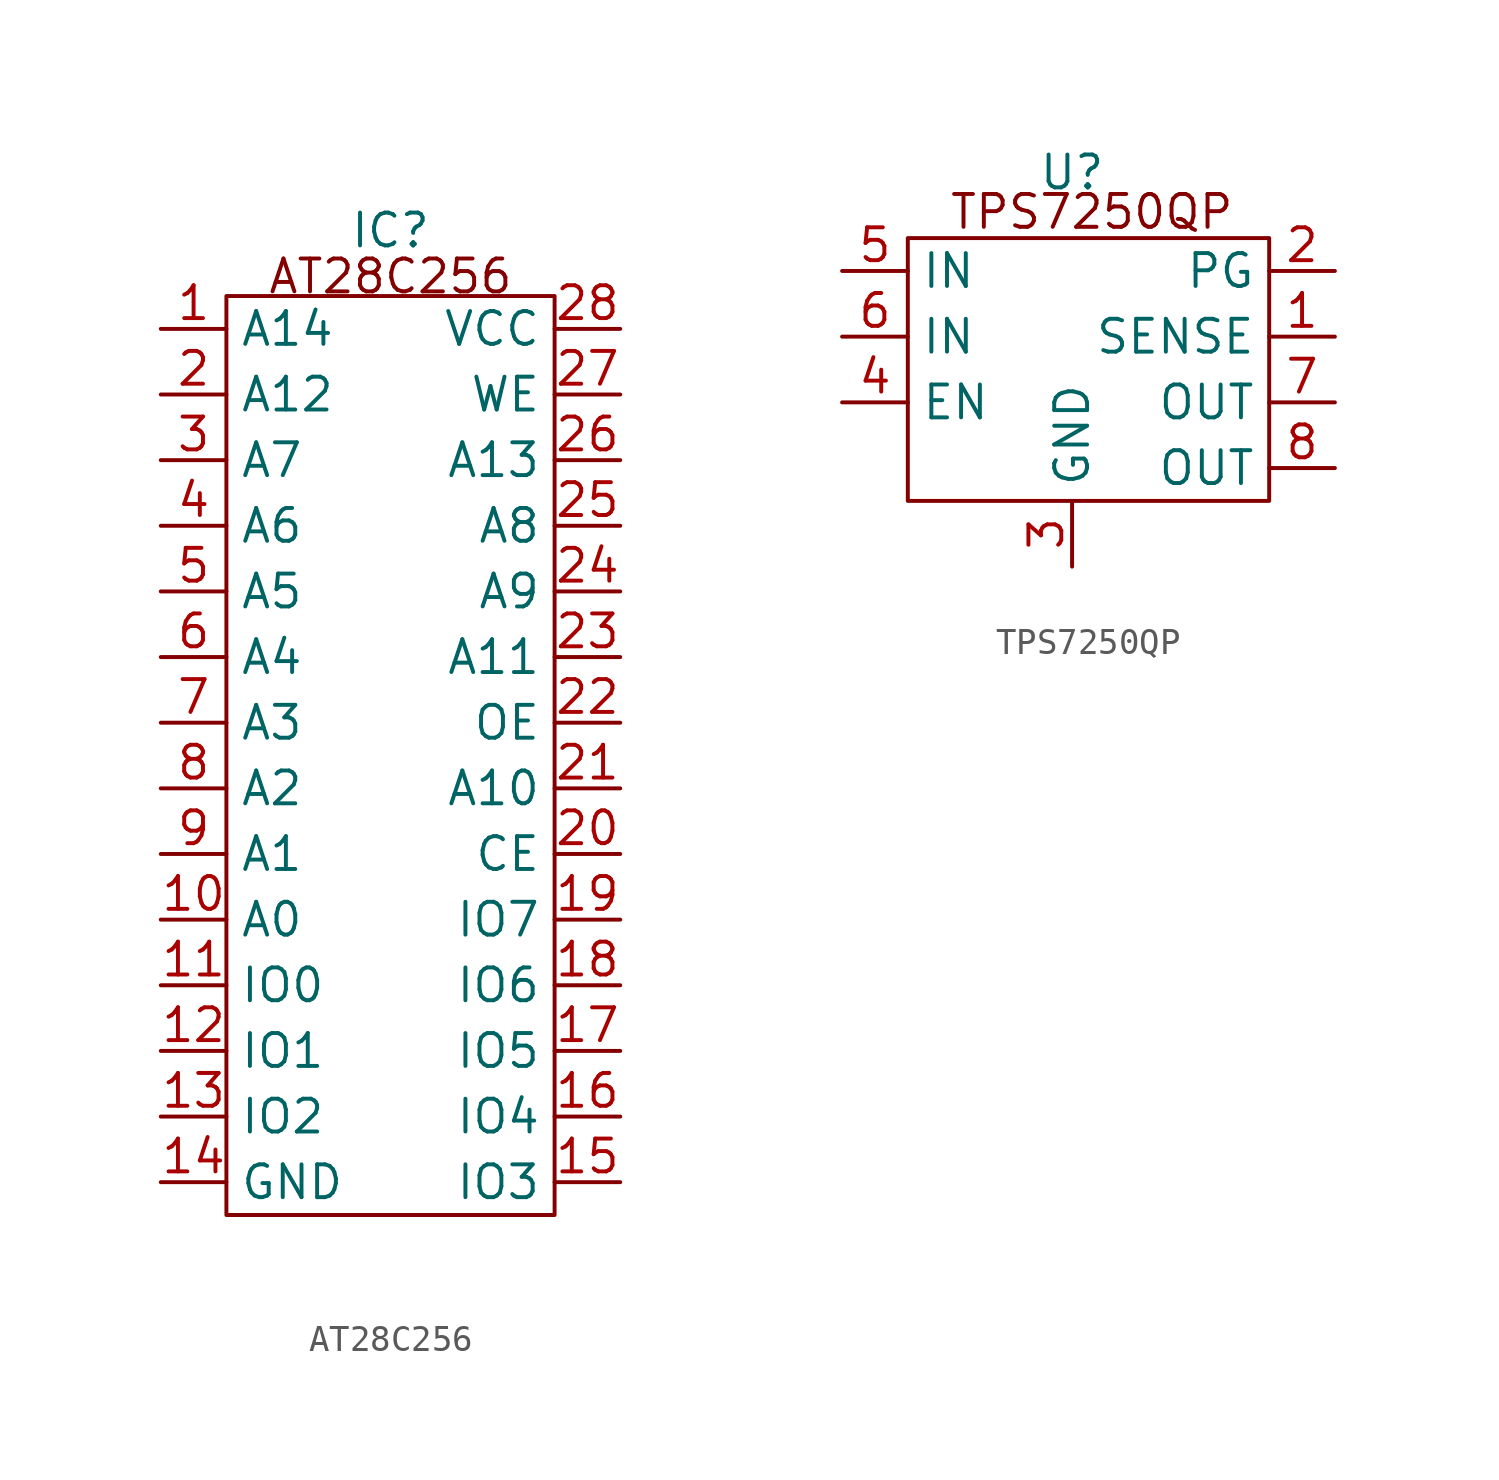
<source format=kicad_sym>
(kicad_symbol_lib
  (version 20241209)
  (generator "kicad_symbol_editor")
  (generator_version "9.0")
  (symbol "AT28C256"
    (property "Reference" "IC"
      (at 0 0 0)
      (effects (font (size 1.27 1.27))))
    (property "Value" ""
      (at 0 0 0)
      (effects (font (size 1.27 1.27))))
    (symbol "AT28C256_0_0"
      (pin unspecified line (at -8.89 -3.81 0) (length 2.54) (name "A14" (effects (font (size 1.27 1.27)))) (number "1" (effects (font (size 1.27 1.27)))))
      (pin unspecified line (at -8.89 -6.35 0) (length 2.54) (name "A12" (effects (font (size 1.27 1.27)))) (number "2" (effects (font (size 1.27 1.27)))))
      (pin unspecified line (at -8.89 -8.89 0) (length 2.54) (name "A7" (effects (font (size 1.27 1.27)))) (number "3" (effects (font (size 1.27 1.27)))))
      (pin unspecified line (at -8.89 -11.43 0) (length 2.54) (name "A6" (effects (font (size 1.27 1.27)))) (number "4" (effects (font (size 1.27 1.27)))))
      (pin unspecified line (at -8.89 -13.97 0) (length 2.54) (name "A5" (effects (font (size 1.27 1.27)))) (number "5" (effects (font (size 1.27 1.27)))))
      (pin unspecified line (at -8.89 -16.51 0) (length 2.54) (name "A4" (effects (font (size 1.27 1.27)))) (number "6" (effects (font (size 1.27 1.27)))))
      (pin unspecified line (at -8.89 -19.05 0) (length 2.54) (name "A3" (effects (font (size 1.27 1.27)))) (number "7" (effects (font (size 1.27 1.27)))))
      (pin unspecified line (at -8.89 -21.59 0) (length 2.54) (name "A2" (effects (font (size 1.27 1.27)))) (number "8" (effects (font (size 1.27 1.27)))))
      (pin unspecified line (at -8.89 -24.13 0) (length 2.54) (name "A1" (effects (font (size 1.27 1.27)))) (number "9" (effects (font (size 1.27 1.27)))))
      (pin unspecified line (at -8.89 -26.67 0) (length 2.54) (name "A0" (effects (font (size 1.27 1.27)))) (number "10" (effects (font (size 1.27 1.27)))))
      (pin unspecified line (at -8.89 -29.21 0) (length 2.54) (name "IO0" (effects (font (size 1.27 1.27)))) (number "11" (effects (font (size 1.27 1.27)))))
      (pin unspecified line (at -8.89 -31.75 0) (length 2.54) (name "IO1" (effects (font (size 1.27 1.27)))) (number "12" (effects (font (size 1.27 1.27)))))
      (pin unspecified line (at -8.89 -34.29 0) (length 2.54) (name "IO2" (effects (font (size 1.27 1.27)))) (number "13" (effects (font (size 1.27 1.27)))))
      (pin unspecified line (at -8.89 -36.83 0) (length 2.54) (name "GND" (effects (font (size 1.27 1.27)))) (number "14" (effects (font (size 1.27 1.27)))))
      (pin unspecified line (at 8.89 -3.81 180) (length 2.54) (name "VCC" (effects (font (size 1.27 1.27)))) (number "28" (effects (font (size 1.27 1.27)))))
      (pin unspecified line (at 8.89 -6.35 180) (length 2.54) (name "WE" (effects (font (size 1.27 1.27)))) (number "27" (effects (font (size 1.27 1.27)))))
      (pin unspecified line (at 8.89 -8.89 180) (length 2.54) (name "A13" (effects (font (size 1.27 1.27)))) (number "26" (effects (font (size 1.27 1.27)))))
      (pin unspecified line (at 8.89 -11.43 180) (length 2.54) (name "A8" (effects (font (size 1.27 1.27)))) (number "25" (effects (font (size 1.27 1.27)))))
      (pin unspecified line (at 8.89 -13.97 180) (length 2.54) (name "A9" (effects (font (size 1.27 1.27)))) (number "24" (effects (font (size 1.27 1.27)))))
      (pin unspecified line (at 8.89 -16.51 180) (length 2.54) (name "A11" (effects (font (size 1.27 1.27)))) (number "23" (effects (font (size 1.27 1.27)))))
      (pin unspecified line (at 8.89 -19.05 180) (length 2.54) (name "OE" (effects (font (size 1.27 1.27)))) (number "22" (effects (font (size 1.27 1.27)))))
      (pin unspecified line (at 8.89 -21.59 180) (length 2.54) (name "A10" (effects (font (size 1.27 1.27)))) (number "21" (effects (font (size 1.27 1.27)))))
      (pin unspecified line (at 8.89 -24.13 180) (length 2.54) (name "CE" (effects (font (size 1.27 1.27)))) (number "20" (effects (font (size 1.27 1.27)))))
      (pin unspecified line (at 8.89 -26.67 180) (length 2.54) (name "IO7" (effects (font (size 1.27 1.27)))) (number "19" (effects (font (size 1.27 1.27)))))
      (pin unspecified line (at 8.89 -29.21 180) (length 2.54) (name "IO6" (effects (font (size 1.27 1.27)))) (number "18" (effects (font (size 1.27 1.27)))))
      (pin unspecified line (at 8.89 -31.75 180) (length 2.54) (name "IO5" (effects (font (size 1.27 1.27)))) (number "17" (effects (font (size 1.27 1.27)))))
      (pin unspecified line (at 8.89 -34.29 180) (length 2.54) (name "IO4" (effects (font (size 1.27 1.27)))) (number "16" (effects (font (size 1.27 1.27)))))
      (pin unspecified line (at 8.89 -36.83 180) (length 2.54) (name "IO3" (effects (font (size 1.27 1.27)))) (number "15" (effects (font (size 1.27 1.27))))))
    (symbol "AT28C256_0_1"
      (rectangle (start -6.35 -2.54) (end 6.35 -38.1) (stroke (width 0) (type default)) (fill (type none))))
    (symbol "AT28C256_1_1"
      (text "AT28C256" (at 0 -1.778 0) (effects (font (size 1.27 1.27))))))
  (symbol "TPS7250QP"
    (property "Reference" "U"
      (at 0 0 0)
      (effects (font (size 1.27 1.27))))
    (property "Value" ""
      (at 0 0 0)
      (effects (font (size 1.27 1.27))))
    (symbol "TPS7250QP_0_0"
      (pin unspecified line (at -8.89 -3.81 0) (length 2.54) (name "IN" (effects (font (size 1.27 1.27)))) (number "5" (effects (font (size 1.27 1.27)))))
      (pin unspecified line (at -8.89 -6.35 0) (length 2.54) (name "IN" (effects (font (size 1.27 1.27)))) (number "6" (effects (font (size 1.27 1.27)))))
      (pin unspecified line (at -8.89 -8.89 0) (length 2.54) (name "EN" (effects (font (size 1.27 1.27)))) (number "4" (effects (font (size 1.27 1.27)))))
      (pin unspecified line (at 0 -15.24 90) (length 2.54) (name "GND" (effects (font (size 1.27 1.27)))) (number "3" (effects (font (size 1.27 1.27)))))
      (pin unspecified line (at 10.16 -3.81 180) (length 2.54) (name "PG" (effects (font (size 1.27 1.27)))) (number "2" (effects (font (size 1.27 1.27)))))
      (pin unspecified line (at 10.16 -6.35 180) (length 2.54) (name "SENSE" (effects (font (size 1.27 1.27)))) (number "1" (effects (font (size 1.27 1.27)))))
      (pin unspecified line (at 10.16 -8.89 180) (length 2.54) (name "OUT" (effects (font (size 1.27 1.27)))) (number "7" (effects (font (size 1.27 1.27)))))
      (pin unspecified line (at 10.16 -11.43 180) (length 2.54) (name "OUT" (effects (font (size 1.27 1.27)))) (number "8" (effects (font (size 1.27 1.27))))))
    (symbol "TPS7250QP_0_1"
      (rectangle (start 7.62 -2.54) (end -6.35 -12.7) (stroke (width 0) (type default)) (fill (type none))))
    (symbol "TPS7250QP_1_1"
      (text "TPS7250QP" (at 0.762 -1.524 0) (effects (font (size 1.27 1.27)))))))
</source>
